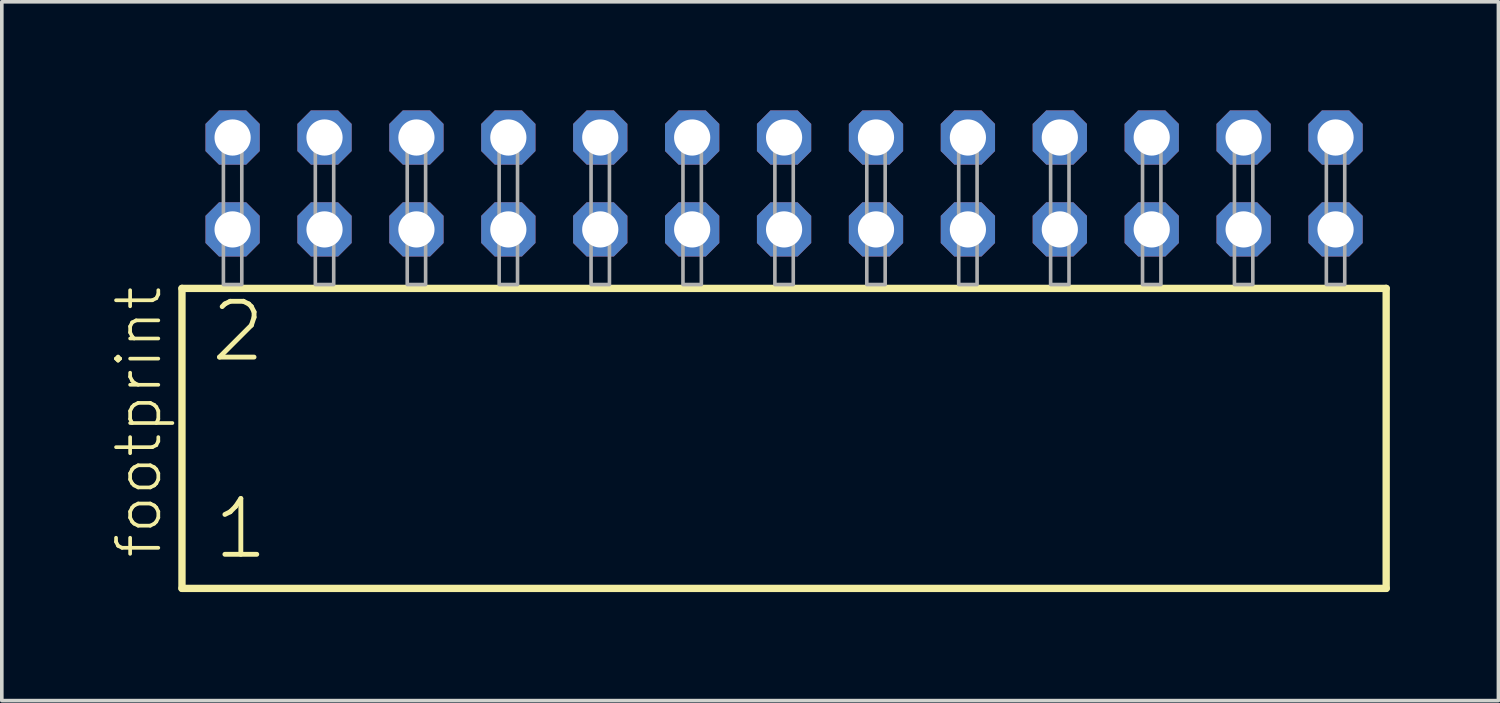
<source format=kicad_pcb>
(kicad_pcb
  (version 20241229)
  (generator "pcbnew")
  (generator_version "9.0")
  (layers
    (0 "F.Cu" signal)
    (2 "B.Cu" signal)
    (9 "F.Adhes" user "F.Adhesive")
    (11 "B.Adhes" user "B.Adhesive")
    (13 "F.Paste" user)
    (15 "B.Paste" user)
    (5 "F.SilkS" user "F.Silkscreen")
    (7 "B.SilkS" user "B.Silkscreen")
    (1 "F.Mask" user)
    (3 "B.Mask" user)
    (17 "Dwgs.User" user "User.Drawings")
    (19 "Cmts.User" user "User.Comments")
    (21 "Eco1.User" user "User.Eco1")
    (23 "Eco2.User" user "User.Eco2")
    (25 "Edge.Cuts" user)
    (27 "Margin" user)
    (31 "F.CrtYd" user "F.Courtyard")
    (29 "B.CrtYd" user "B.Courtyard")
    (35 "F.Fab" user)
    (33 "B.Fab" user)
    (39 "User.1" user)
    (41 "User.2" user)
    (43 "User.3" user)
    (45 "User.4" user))
  (footprint "footprint"
    (layer "F.Cu")
    (at 18.618 4.814)
    (property "Reference" "footprint" (at -17.145 7.62 90) (layer "F.SilkS") (effects (font (size 1.168 1.168) (thickness 0.102)) (justify left bottom)))
    (fp_line (start -16.639 0.106) (end -16.639 8.396) (stroke (width 0.203) (type solid)) (layer "F.SilkS"))
    (fp_line (start -16.639 8.396) (end 16.639 8.396) (stroke (width 0.203) (type solid)) (layer "F.SilkS"))
    (fp_line (start 16.639 0.106) (end -16.639 0.106) (stroke (width 0.203) (type solid)) (layer "F.SilkS"))
    (fp_line (start 16.639 8.396) (end 16.639 0.106) (stroke (width 0.203) (type solid)) (layer "F.SilkS"))
    (fp_poly (pts (xy -15.494 0) (xy -14.986 0) (xy -14.986 -4.318) (xy -15.494 -4.318)) (stroke (width 0.1) (type solid)) (fill no) (layer "F.Fab"))
    (fp_poly (pts (xy -12.954 0) (xy -12.446 0) (xy -12.446 -4.318) (xy -12.954 -4.318)) (stroke (width 0.1) (type solid)) (fill no) (layer "F.Fab"))
    (fp_poly (pts (xy -10.414 0) (xy -9.906 0) (xy -9.906 -4.318) (xy -10.414 -4.318)) (stroke (width 0.1) (type solid)) (fill no) (layer "F.Fab"))
    (fp_poly (pts (xy -7.874 0) (xy -7.366 0) (xy -7.366 -4.318) (xy -7.874 -4.318)) (stroke (width 0.1) (type solid)) (fill no) (layer "F.Fab"))
    (fp_poly (pts (xy -5.334 0) (xy -4.826 0) (xy -4.826 -4.318) (xy -5.334 -4.318)) (stroke (width 0.1) (type solid)) (fill no) (layer "F.Fab"))
    (fp_poly (pts (xy -2.794 0) (xy -2.286 0) (xy -2.286 -4.318) (xy -2.794 -4.318)) (stroke (width 0.1) (type solid)) (fill no) (layer "F.Fab"))
    (fp_poly (pts (xy -0.254 0) (xy 0.254 0) (xy 0.254 -4.318) (xy -0.254 -4.318)) (stroke (width 0.1) (type solid)) (fill no) (layer "F.Fab"))
    (fp_poly (pts (xy 2.286 0) (xy 2.794 0) (xy 2.794 -4.318) (xy 2.286 -4.318)) (stroke (width 0.1) (type solid)) (fill no) (layer "F.Fab"))
    (fp_poly (pts (xy 4.826 0) (xy 5.334 0) (xy 5.334 -4.318) (xy 4.826 -4.318)) (stroke (width 0.1) (type solid)) (fill no) (layer "F.Fab"))
    (fp_poly (pts (xy 7.366 0) (xy 7.874 0) (xy 7.874 -4.318) (xy 7.366 -4.318)) (stroke (width 0.1) (type solid)) (fill no) (layer "F.Fab"))
    (fp_poly (pts (xy 9.906 0) (xy 10.414 0) (xy 10.414 -4.318) (xy 9.906 -4.318)) (stroke (width 0.1) (type solid)) (fill no) (layer "F.Fab"))
    (fp_poly (pts (xy 12.446 0) (xy 12.954 0) (xy 12.954 -4.318) (xy 12.446 -4.318)) (stroke (width 0.1) (type solid)) (fill no) (layer "F.Fab"))
    (fp_poly (pts (xy 14.986 0) (xy 15.494 0) (xy 15.494 -4.318) (xy 14.986 -4.318)) (stroke (width 0.1) (type solid)) (fill no) (layer "F.Fab"))
    (fp_text user "2" (at -15.91 2.2 0) (layer "F.SilkS") (effects (font (size 1.542 1.542) (thickness 0.134)) (justify left bottom)))
    (fp_text user "1" (at -15.835 7.65 0) (layer "F.SilkS") (effects (font (size 1.542 1.542) (thickness 0.134)) (justify left bottom)))
    (pad "1" thru_hole roundrect (at -15.24 -1.524) (size 1.5 1.5) (drill 1) (layers "*.Cu" "*.Mask") (roundrect_rratio 0.25) (chamfer_ratio 0.25) (chamfer top_left top_right bottom_left bottom_right))
    (pad "2" thru_hole roundrect (at -15.24 -4.064) (size 1.5 1.5) (drill 1) (layers "*.Cu" "*.Mask") (roundrect_rratio 0.25) (chamfer_ratio 0.25) (chamfer top_left top_right bottom_left bottom_right))
    (pad "3" thru_hole roundrect (at -12.7 -1.524) (size 1.5 1.5) (drill 1) (layers "*.Cu" "*.Mask") (roundrect_rratio 0.25) (chamfer_ratio 0.25) (chamfer top_left top_right bottom_left bottom_right))
    (pad "4" thru_hole roundrect (at -12.7 -4.064) (size 1.5 1.5) (drill 1) (layers "*.Cu" "*.Mask") (roundrect_rratio 0.25) (chamfer_ratio 0.25) (chamfer top_left top_right bottom_left bottom_right))
    (pad "5" thru_hole roundrect (at -10.16 -1.524) (size 1.5 1.5) (drill 1) (layers "*.Cu" "*.Mask") (roundrect_rratio 0.25) (chamfer_ratio 0.25) (chamfer top_left top_right bottom_left bottom_right))
    (pad "6" thru_hole roundrect (at -10.16 -4.064) (size 1.5 1.5) (drill 1) (layers "*.Cu" "*.Mask") (roundrect_rratio 0.25) (chamfer_ratio 0.25) (chamfer top_left top_right bottom_left bottom_right))
    (pad "7" thru_hole roundrect (at -7.62 -1.524) (size 1.5 1.5) (drill 1) (layers "*.Cu" "*.Mask") (roundrect_rratio 0.25) (chamfer_ratio 0.25) (chamfer top_left top_right bottom_left bottom_right))
    (pad "8" thru_hole roundrect (at -7.62 -4.064) (size 1.5 1.5) (drill 1) (layers "*.Cu" "*.Mask") (roundrect_rratio 0.25) (chamfer_ratio 0.25) (chamfer top_left top_right bottom_left bottom_right))
    (pad "9" thru_hole roundrect (at -5.08 -1.524) (size 1.5 1.5) (drill 1) (layers "*.Cu" "*.Mask") (roundrect_rratio 0.25) (chamfer_ratio 0.25) (chamfer top_left top_right bottom_left bottom_right))
    (pad "10" thru_hole roundrect (at -5.08 -4.064) (size 1.5 1.5) (drill 1) (layers "*.Cu" "*.Mask") (roundrect_rratio 0.25) (chamfer_ratio 0.25) (chamfer top_left top_right bottom_left bottom_right))
    (pad "11" thru_hole roundrect (at -2.54 -1.524) (size 1.5 1.5) (drill 1) (layers "*.Cu" "*.Mask") (roundrect_rratio 0.25) (chamfer_ratio 0.25) (chamfer top_left top_right bottom_left bottom_right))
    (pad "12" thru_hole roundrect (at -2.54 -4.064) (size 1.5 1.5) (drill 1) (layers "*.Cu" "*.Mask") (roundrect_rratio 0.25) (chamfer_ratio 0.25) (chamfer top_left top_right bottom_left bottom_right))
    (pad "13" thru_hole roundrect (at 0 -1.524) (size 1.5 1.5) (drill 1) (layers "*.Cu" "*.Mask") (roundrect_rratio 0.25) (chamfer_ratio 0.25) (chamfer top_left top_right bottom_left bottom_right))
    (pad "14" thru_hole roundrect (at 0 -4.064) (size 1.5 1.5) (drill 1) (layers "*.Cu" "*.Mask") (roundrect_rratio 0.25) (chamfer_ratio 0.25) (chamfer top_left top_right bottom_left bottom_right))
    (pad "15" thru_hole roundrect (at 2.54 -1.524) (size 1.5 1.5) (drill 1) (layers "*.Cu" "*.Mask") (roundrect_rratio 0.25) (chamfer_ratio 0.25) (chamfer top_left top_right bottom_left bottom_right))
    (pad "16" thru_hole roundrect (at 2.54 -4.064) (size 1.5 1.5) (drill 1) (layers "*.Cu" "*.Mask") (roundrect_rratio 0.25) (chamfer_ratio 0.25) (chamfer top_left top_right bottom_left bottom_right))
    (pad "17" thru_hole roundrect (at 5.08 -1.524) (size 1.5 1.5) (drill 1) (layers "*.Cu" "*.Mask") (roundrect_rratio 0.25) (chamfer_ratio 0.25) (chamfer top_left top_right bottom_left bottom_right))
    (pad "18" thru_hole roundrect (at 5.08 -4.064) (size 1.5 1.5) (drill 1) (layers "*.Cu" "*.Mask") (roundrect_rratio 0.25) (chamfer_ratio 0.25) (chamfer top_left top_right bottom_left bottom_right))
    (pad "19" thru_hole roundrect (at 7.62 -1.524) (size 1.5 1.5) (drill 1) (layers "*.Cu" "*.Mask") (roundrect_rratio 0.25) (chamfer_ratio 0.25) (chamfer top_left top_right bottom_left bottom_right))
    (pad "20" thru_hole roundrect (at 7.62 -4.064) (size 1.5 1.5) (drill 1) (layers "*.Cu" "*.Mask") (roundrect_rratio 0.25) (chamfer_ratio 0.25) (chamfer top_left top_right bottom_left bottom_right))
    (pad "21" thru_hole roundrect (at 10.16 -1.524) (size 1.5 1.5) (drill 1) (layers "*.Cu" "*.Mask") (roundrect_rratio 0.25) (chamfer_ratio 0.25) (chamfer top_left top_right bottom_left bottom_right))
    (pad "22" thru_hole roundrect (at 10.16 -4.064) (size 1.5 1.5) (drill 1) (layers "*.Cu" "*.Mask") (roundrect_rratio 0.25) (chamfer_ratio 0.25) (chamfer top_left top_right bottom_left bottom_right))
    (pad "23" thru_hole roundrect (at 12.7 -1.524) (size 1.5 1.5) (drill 1) (layers "*.Cu" "*.Mask") (roundrect_rratio 0.25) (chamfer_ratio 0.25) (chamfer top_left top_right bottom_left bottom_right))
    (pad "24" thru_hole roundrect (at 12.7 -4.064) (size 1.5 1.5) (drill 1) (layers "*.Cu" "*.Mask") (roundrect_rratio 0.25) (chamfer_ratio 0.25) (chamfer top_left top_right bottom_left bottom_right))
    (pad "25" thru_hole roundrect (at 15.24 -1.524) (size 1.5 1.5) (drill 1) (layers "*.Cu" "*.Mask") (roundrect_rratio 0.25) (chamfer_ratio 0.25) (chamfer top_left top_right bottom_left bottom_right))
    (pad "26" thru_hole roundrect (at 15.24 -4.064) (size 1.5 1.5) (drill 1) (layers "*.Cu" "*.Mask") (roundrect_rratio 0.25) (chamfer_ratio 0.25) (chamfer top_left top_right bottom_left bottom_right)))
  (gr_rect
    (start -3 -3)
    (end 38.359 16.312)
    (stroke (width 0.1) (type default))
    (fill no)
    (layer "Edge.Cuts")))
</source>
